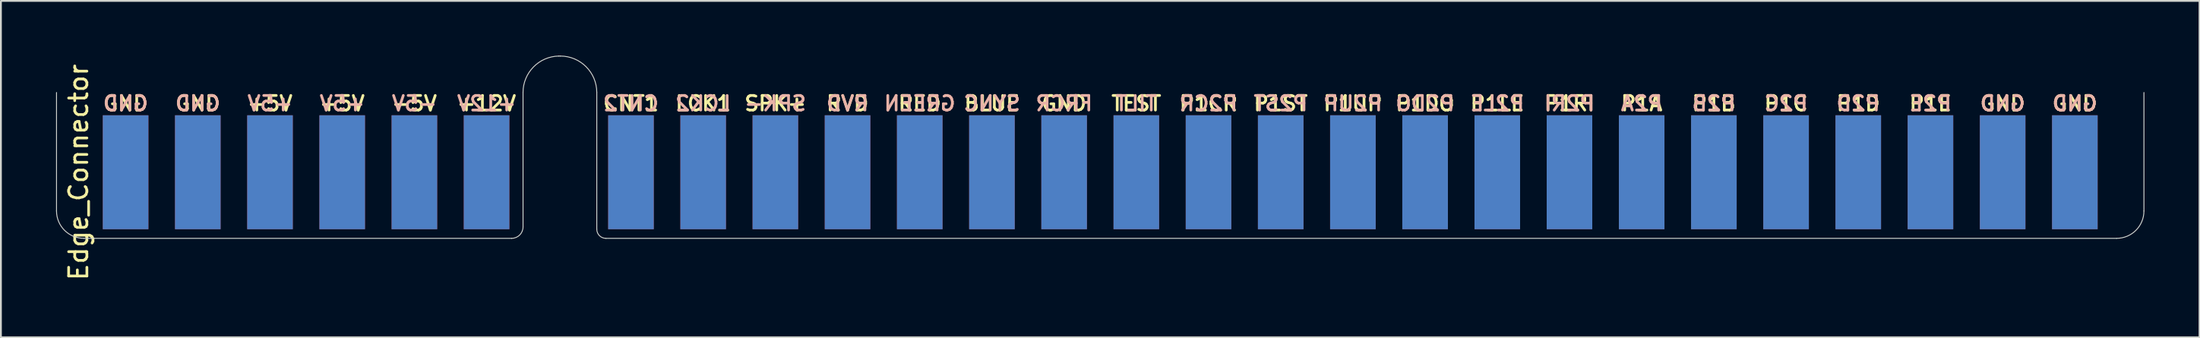
<source format=kicad_pcb>
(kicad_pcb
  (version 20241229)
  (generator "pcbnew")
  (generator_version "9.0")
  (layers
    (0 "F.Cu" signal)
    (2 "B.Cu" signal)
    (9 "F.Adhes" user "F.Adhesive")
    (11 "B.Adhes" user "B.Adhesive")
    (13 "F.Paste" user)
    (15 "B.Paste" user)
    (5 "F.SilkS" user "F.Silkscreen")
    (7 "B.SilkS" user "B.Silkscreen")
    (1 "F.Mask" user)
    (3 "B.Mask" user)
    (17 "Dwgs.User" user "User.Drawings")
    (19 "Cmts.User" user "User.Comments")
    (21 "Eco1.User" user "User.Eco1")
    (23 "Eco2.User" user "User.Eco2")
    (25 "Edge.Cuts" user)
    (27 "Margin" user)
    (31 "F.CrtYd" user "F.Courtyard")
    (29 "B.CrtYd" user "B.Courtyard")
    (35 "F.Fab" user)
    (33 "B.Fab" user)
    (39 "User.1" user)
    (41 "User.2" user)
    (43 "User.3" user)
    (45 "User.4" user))
  (footprint "Edge_Connector"
    (layer "F.Cu")
    (at 57.3 2.025)
    (property "Reference" "Edge_Connector" (at -56.039 4.375 90) (layer "F.SilkS") (effects (font (size 1 1) (thickness 0.15))))
    (attr through_hole)
    (fp_poly (pts (xy 57.25 8) (xy -57.25 8) (xy -57.25 1.25) (xy 57.25 1.25)) (stroke (width 0.1) (type solid)) (fill yes) (layer "F.Mask"))
    (fp_poly (pts (xy 57.25 8) (xy -57.25 8) (xy -57.25 1.25) (xy 57.25 1.25)) (stroke (width 0.1) (type solid)) (fill yes) (layer "B.Mask"))
    (fp_line (start -57.25 6.5) (end -57.25 0) (stroke (width 0.05) (type solid)) (layer "Edge.Cuts"))
    (fp_line (start -32.285 8) (end -55.75 8) (stroke (width 0.05) (type solid)) (layer "Edge.Cuts"))
    (fp_line (start -31.66 7.375) (end -31.66 0) (stroke (width 0.05) (type solid)) (layer "Edge.Cuts"))
    (fp_line (start -29.7 -2) (end -29.615 -2) (stroke (width 0.05) (type solid)) (layer "Edge.Cuts"))
    (fp_line (start -27.615 0) (end -27.615 7.5) (stroke (width 0.05) (type solid)) (layer "Edge.Cuts"))
    (fp_line (start -27.115 8) (end 55.75 8) (stroke (width 0.05) (type solid)) (layer "Edge.Cuts"))
    (fp_line (start 57.25 6.5) (end 57.25 0) (stroke (width 0.05) (type solid)) (layer "Edge.Cuts"))
    (fp_arc (start -55.75 8) (mid -56.81066 7.56066) (end -57.25 6.5) (stroke (width 0.05) (type solid)) (layer "Edge.Cuts"))
    (fp_arc (start -31.660399 0.001598) (mid -31.089127 -1.399712) (end -29.7 -2) (stroke (width 0.05) (type solid)) (layer "Edge.Cuts"))
    (fp_arc (start -31.66 7.375) (mid -31.843058 7.816942) (end -32.285 8) (stroke (width 0.05) (type solid)) (layer "Edge.Cuts"))
    (fp_arc (start -29.615 -2) (mid -28.200786 -1.414214) (end -27.615 0) (stroke (width 0.05) (type solid)) (layer "Edge.Cuts"))
    (fp_arc (start -27.115 8) (mid -27.468553 7.853553) (end -27.615 7.5) (stroke (width 0.05) (type solid)) (layer "Edge.Cuts"))
    (fp_arc (start 57.25 6.5) (mid 56.81066 7.56066) (end 55.75 8) (stroke (width 0.05) (type solid)) (layer "Edge.Cuts"))
    (fp_text user "P1CR" (at 5.94 0.6 0) (layer "F.SilkS") (effects (font (size 0.8 0.8) (thickness 0.15))))
    (fp_text user "P1LE" (at 21.78 0.6 0) (layer "F.SilkS") (effects (font (size 0.8 0.8) (thickness 0.15))))
    (fp_text user "P1C" (at 37.62 0.6 0) (layer "F.SilkS") (effects (font (size 0.8 0.8) (thickness 0.15))))
    (fp_text user "RED" (at -9.9 0.6 0) (layer "F.SilkS") (effects (font (size 0.8 0.8) (thickness 0.15))))
    (fp_text user "TEST" (at 1.98 0.6 0) (layer "F.SilkS") (effects (font (size 0.8 0.8) (thickness 0.15))))
    (fp_text user "GND" (at -1.98 0.6 0) (layer "F.SilkS") (effects (font (size 0.8 0.8) (thickness 0.15))))
    (fp_text user "-5V" (at -37.62 0.6 0) (layer "F.SilkS") (effects (font (size 0.8 0.8) (thickness 0.15))))
    (fp_text user "+12V" (at -33.66 0.6 0) (layer "F.SilkS") (effects (font (size 0.8 0.8) (thickness 0.15))))
    (fp_text user "GND" (at 53.46 0.6 0) (layer "F.SilkS") (effects (font (size 0.8 0.8) (thickness 0.15))))
    (fp_text user "GND" (at 49.5 0.6 0) (layer "F.SilkS") (effects (font (size 0.8 0.8) (thickness 0.15))))
    (fp_text user "LCK1" (at -21.78 0.6 0) (layer "F.SilkS") (effects (font (size 0.8 0.8) (thickness 0.15))))
    (fp_text user "RVD" (at -13.86 0.6 0) (layer "F.SilkS") (effects (font (size 0.8 0.8) (thickness 0.15))))
    (fp_text user "+5V" (at -41.58 0.6 0) (layer "F.SilkS") (effects (font (size 0.8 0.8) (thickness 0.15))))
    (fp_text user "P1DO" (at 17.82 0.6 0) (layer "F.SilkS") (effects (font (size 0.8 0.8) (thickness 0.15))))
    (fp_text user "P1ST" (at 9.9 0.6 0) (layer "F.SilkS") (effects (font (size 0.8 0.8) (thickness 0.15))))
    (fp_text user "P1B" (at 33.66 0.6 0) (layer "F.SilkS") (effects (font (size 0.8 0.8) (thickness 0.15))))
    (fp_text user "BLUE" (at -5.94 0.6 0) (layer "F.SilkS") (effects (font (size 0.8 0.8) (thickness 0.15))))
    (fp_text user "CNT1" (at -25.74 0.6 0) (layer "F.SilkS") (effects (font (size 0.8 0.8) (thickness 0.15))))
    (fp_text user "SPK+" (at -17.82 0.6 0) (layer "F.SilkS") (effects (font (size 0.8 0.8) (thickness 0.15))))
    (fp_text user "+5V" (at -45.54 0.6 0) (layer "F.SilkS") (effects (font (size 0.8 0.8) (thickness 0.15))))
    (fp_text user "GND" (at -53.46 0.6 0) (layer "F.SilkS") (effects (font (size 0.8 0.8) (thickness 0.15))))
    (fp_text user "GND" (at -49.5 0.6 0) (layer "F.SilkS") (effects (font (size 0.8 0.8) (thickness 0.15))))
    (fp_text user "P1D" (at 41.58 0.6 0) (layer "F.SilkS") (effects (font (size 0.8 0.8) (thickness 0.15))))
    (fp_text user "P1UP" (at 13.86 0.6 0) (layer "F.SilkS") (effects (font (size 0.8 0.8) (thickness 0.15))))
    (fp_text user "P1E" (at 45.54 0.6 0) (layer "F.SilkS") (effects (font (size 0.8 0.8) (thickness 0.15))))
    (fp_text user "P1RI" (at 25.74 0.6 0) (layer "F.SilkS") (effects (font (size 0.8 0.8) (thickness 0.15))))
    (fp_text user "P1A" (at 29.7 0.6 0) (layer "F.SilkS") (effects (font (size 0.8 0.8) (thickness 0.15))))
    (fp_text user "GND" (at 49.5 0.6 0) (layer "B.SilkS") (effects (font (size 0.8 0.8) (thickness 0.15)) (justify mirror)))
    (fp_text user "P2DO" (at 17.82 0.6 0) (layer "B.SilkS") (effects (font (size 0.8 0.8) (thickness 0.15)) (justify mirror)))
    (fp_text user "P2E" (at 45.54 0.6 0) (layer "B.SilkS") (effects (font (size 0.8 0.8) (thickness 0.15)) (justify mirror)))
    (fp_text user "TILT" (at 1.98 0.6 0) (layer "B.SilkS") (effects (font (size 0.8 0.8) (thickness 0.15)) (justify mirror)))
    (fp_text user "-5V" (at -37.62 0.6 0) (layer "B.SilkS") (effects (font (size 0.8 0.8) (thickness 0.15)) (justify mirror)))
    (fp_text user "LCK2" (at -21.78 0.6 0) (layer "B.SilkS") (effects (font (size 0.8 0.8) (thickness 0.15)) (justify mirror)))
    (fp_text user "+5V" (at -41.58 0.6 0) (layer "B.SilkS") (effects (font (size 0.8 0.8) (thickness 0.15)) (justify mirror)))
    (fp_text user "P2CR" (at 5.94 0.6 0) (layer "B.SilkS") (effects (font (size 0.8 0.8) (thickness 0.15)) (justify mirror)))
    (fp_text user "RVD" (at -13.86 0.6 0) (layer "B.SilkS") (effects (font (size 0.8 0.8) (thickness 0.15)) (justify mirror)))
    (fp_text user "P2B" (at 33.66 0.6 0) (layer "B.SilkS") (effects (font (size 0.8 0.8) (thickness 0.15)) (justify mirror)))
    (fp_text user "CNT2" (at -25.74 0.6 0) (layer "B.SilkS") (effects (font (size 0.8 0.8) (thickness 0.15)) (justify mirror)))
    (fp_text user "P2C" (at 37.62 0.6 0) (layer "B.SilkS") (effects (font (size 0.8 0.8) (thickness 0.15)) (justify mirror)))
    (fp_text user "SYNC" (at -5.94 0.6 0) (layer "B.SilkS") (effects (font (size 0.8 0.8) (thickness 0.15)) (justify mirror)))
    (fp_text user "GND" (at -49.5 0.6 0) (layer "B.SilkS") (effects (font (size 0.8 0.8) (thickness 0.15)) (justify mirror)))
    (fp_text user "P2D" (at 41.58 0.6 0) (layer "B.SilkS") (effects (font (size 0.8 0.8) (thickness 0.15)) (justify mirror)))
    (fp_text user "P2A" (at 29.7 0.6 0) (layer "B.SilkS") (effects (font (size 0.8 0.8) (thickness 0.15)) (justify mirror)))
    (fp_text user "SPK-" (at -17.82 0.6 0) (layer "B.SilkS") (effects (font (size 0.8 0.8) (thickness 0.15)) (justify mirror)))
    (fp_text user "GND" (at -53.46 0.6 0) (layer "B.SilkS") (effects (font (size 0.8 0.8) (thickness 0.15)) (justify mirror)))
    (fp_text user "P2LE" (at 21.78 0.6 0) (layer "B.SilkS") (effects (font (size 0.8 0.8) (thickness 0.15)) (justify mirror)))
    (fp_text user "P2ST" (at 9.9 0.6 0) (layer "B.SilkS") (effects (font (size 0.8 0.8) (thickness 0.15)) (justify mirror)))
    (fp_text user "P2UP" (at 13.86 0.6 0) (layer "B.SilkS") (effects (font (size 0.8 0.8) (thickness 0.15)) (justify mirror)))
    (fp_text user "P2RI" (at 25.74 0.6 0) (layer "B.SilkS") (effects (font (size 0.8 0.8) (thickness 0.15)) (justify mirror)))
    (fp_text user "+12V" (at -33.66 0.6 0) (layer "B.SilkS") (effects (font (size 0.8 0.8) (thickness 0.15)) (justify mirror)))
    (fp_text user "+5V" (at -45.54 0.6 0) (layer "B.SilkS") (effects (font (size 0.8 0.8) (thickness 0.15)) (justify mirror)))
    (fp_text user "GREEN" (at -9.9 0.6 0) (layer "B.SilkS") (effects (font (size 0.8 0.8) (thickness 0.15)) (justify mirror)))
    (fp_text user "FRCR" (at -1.98 0.6 0) (layer "B.SilkS") (effects (font (size 0.8 0.8) (thickness 0.15)) (justify mirror)))
    (fp_text user "GND" (at 53.46 0.6 0) (layer "B.SilkS") (effects (font (size 0.8 0.8) (thickness 0.15)) (justify mirror)))
    (pad "1" smd rect (at -53.46 4.375) (size 2.5 6.25) (layers "F.Cu" "F.Mask" "F.Paste"))
    (pad "2" smd rect (at -49.5 4.375) (size 2.5 6.25) (layers "F.Cu" "F.Mask" "F.Paste"))
    (pad "3" smd rect (at -45.54 4.375) (size 2.5 6.25) (layers "F.Cu" "F.Mask" "F.Paste"))
    (pad "4" smd rect (at -41.58 4.375) (size 2.5 6.25) (layers "F.Cu" "F.Mask" "F.Paste"))
    (pad "5" smd rect (at -37.62 4.375) (size 2.5 6.25) (layers "F.Cu" "F.Mask" "F.Paste"))
    (pad "6" smd rect (at -33.66 4.375) (size 2.5 6.25) (layers "F.Cu" "F.Mask" "F.Paste"))
    (pad "8" smd rect (at -25.74 4.375) (size 2.5 6.25) (layers "F.Cu" "F.Mask" "F.Paste"))
    (pad "9" smd rect (at -21.78 4.375) (size 2.5 6.25) (layers "F.Cu" "F.Mask" "F.Paste"))
    (pad "10" smd rect (at -17.82 4.375) (size 2.5 6.25) (layers "F.Cu" "F.Mask" "F.Paste"))
    (pad "11" smd rect (at -13.86 4.375) (size 2.5 6.25) (layers "F.Cu" "F.Mask" "F.Paste"))
    (pad "12" smd rect (at -9.9 4.375) (size 2.5 6.25) (layers "F.Cu" "F.Mask" "F.Paste"))
    (pad "13" smd rect (at -5.94 4.375) (size 2.5 6.25) (layers "F.Cu" "F.Mask" "F.Paste"))
    (pad "14" smd rect (at -1.98 4.375) (size 2.5 6.25) (layers "F.Cu" "F.Mask" "F.Paste"))
    (pad "15" smd rect (at 1.98 4.375) (size 2.5 6.25) (layers "F.Cu" "F.Mask" "F.Paste"))
    (pad "16" smd rect (at 5.94 4.375) (size 2.5 6.25) (layers "F.Cu" "F.Mask" "F.Paste"))
    (pad "17" smd rect (at 9.9 4.375) (size 2.5 6.25) (layers "F.Cu" "F.Mask" "F.Paste"))
    (pad "18" smd rect (at 13.86 4.375) (size 2.5 6.25) (layers "F.Cu" "F.Mask" "F.Paste"))
    (pad "19" smd rect (at 17.82 4.375) (size 2.5 6.25) (layers "F.Cu" "F.Mask" "F.Paste"))
    (pad "20" smd rect (at 21.78 4.375) (size 2.5 6.25) (layers "F.Cu" "F.Mask" "F.Paste"))
    (pad "21" smd rect (at 25.74 4.375) (size 2.5 6.25) (layers "F.Cu" "F.Mask" "F.Paste"))
    (pad "22" smd rect (at 29.7 4.375) (size 2.5 6.25) (layers "F.Cu" "F.Mask" "F.Paste"))
    (pad "23" smd rect (at 33.66 4.375) (size 2.5 6.25) (layers "F.Cu" "F.Mask" "F.Paste"))
    (pad "24" smd rect (at 37.62 4.375) (size 2.5 6.25) (layers "F.Cu" "F.Mask" "F.Paste"))
    (pad "25" smd rect (at 41.58 4.375) (size 2.5 6.25) (layers "F.Cu" "F.Mask" "F.Paste"))
    (pad "26" smd rect (at 45.54 4.375) (size 2.5 6.25) (layers "F.Cu" "F.Mask" "F.Paste"))
    (pad "27" smd rect (at 49.5 4.375) (size 2.5 6.25) (layers "F.Cu" "F.Mask" "F.Paste"))
    (pad "28" smd rect (at 53.46 4.375) (size 2.5 6.25) (layers "F.Cu" "F.Mask" "F.Paste"))
    (pad "A" smd rect (at -53.46 4.375) (size 2.5 6.25) (layers "B.Cu" "B.Mask" "B.Paste"))
    (pad "AA" smd rect (at 33.66 4.375) (size 2.5 6.25) (layers "B.Cu" "B.Mask" "B.Paste"))
    (pad "AB" smd rect (at 37.62 4.375) (size 2.5 6.25) (layers "B.Cu" "B.Mask" "B.Paste"))
    (pad "AC" smd rect (at 41.58 4.375) (size 2.5 6.25) (layers "B.Cu" "B.Mask" "B.Paste"))
    (pad "AD" smd rect (at 45.54 4.375) (size 2.5 6.25) (layers "B.Cu" "B.Mask" "B.Paste"))
    (pad "AE" smd rect (at 49.5 4.375) (size 2.5 6.25) (layers "B.Cu" "B.Mask" "B.Paste"))
    (pad "AF" smd rect (at 53.46 4.375) (size 2.5 6.25) (layers "B.Cu" "B.Mask" "B.Paste"))
    (pad "B" smd rect (at -49.5 4.375) (size 2.5 6.25) (layers "B.Cu" "B.Mask" "B.Paste"))
    (pad "C" smd rect (at -45.54 4.375) (size 2.5 6.25) (layers "B.Cu" "B.Mask" "B.Paste"))
    (pad "D" smd rect (at -41.58 4.375) (size 2.5 6.25) (layers "B.Cu" "B.Mask" "B.Paste"))
    (pad "E" smd rect (at -37.62 4.375) (size 2.5 6.25) (layers "B.Cu" "B.Mask" "B.Paste"))
    (pad "F" smd rect (at -33.66 4.375) (size 2.5 6.25) (layers "B.Cu" "B.Mask" "B.Paste"))
    (pad "J" smd rect (at -25.74 4.375) (size 2.5 6.25) (layers "B.Cu" "B.Mask" "B.Paste"))
    (pad "K" smd rect (at -21.78 4.375) (size 2.5 6.25) (layers "B.Cu" "B.Mask" "B.Paste"))
    (pad "L" smd rect (at -17.82 4.375) (size 2.5 6.25) (layers "B.Cu" "B.Mask" "B.Paste"))
    (pad "M" smd rect (at -13.86 4.375) (size 2.5 6.25) (layers "B.Cu" "B.Mask" "B.Paste"))
    (pad "N" smd rect (at -9.9 4.375) (size 2.5 6.25) (layers "B.Cu" "B.Mask" "B.Paste"))
    (pad "P" smd rect (at -5.94 4.375) (size 2.5 6.25) (layers "B.Cu" "B.Mask" "B.Paste"))
    (pad "R" smd rect (at -1.98 4.375) (size 2.5 6.25) (layers "B.Cu" "B.Mask" "B.Paste"))
    (pad "S" smd rect (at 1.98 4.375) (size 2.5 6.25) (layers "B.Cu" "B.Mask" "B.Paste"))
    (pad "T" smd rect (at 5.94 4.375) (size 2.5 6.25) (layers "B.Cu" "B.Mask" "B.Paste"))
    (pad "U" smd rect (at 9.9 4.375) (size 2.5 6.25) (layers "B.Cu" "B.Mask" "B.Paste"))
    (pad "V" smd rect (at 13.86 4.375) (size 2.5 6.25) (layers "B.Cu" "B.Mask" "B.Paste"))
    (pad "W" smd rect (at 17.82 4.375) (size 2.5 6.25) (layers "B.Cu" "B.Mask" "B.Paste"))
    (pad "X" smd rect (at 21.78 4.375) (size 2.5 6.25) (layers "B.Cu" "B.Mask" "B.Paste"))
    (pad "Y" smd rect (at 25.74 4.375) (size 2.5 6.25) (layers "B.Cu" "B.Mask" "B.Paste"))
    (pad "Z" smd rect (at 29.7 4.375) (size 2.5 6.25) (layers "B.Cu" "B.Mask" "B.Paste")))
  (gr_rect
    (start -3 -3)
    (end 117.6 15.454)
    (stroke (width 0.1) (type default))
    (fill no)
    (layer "Edge.Cuts")))
</source>
